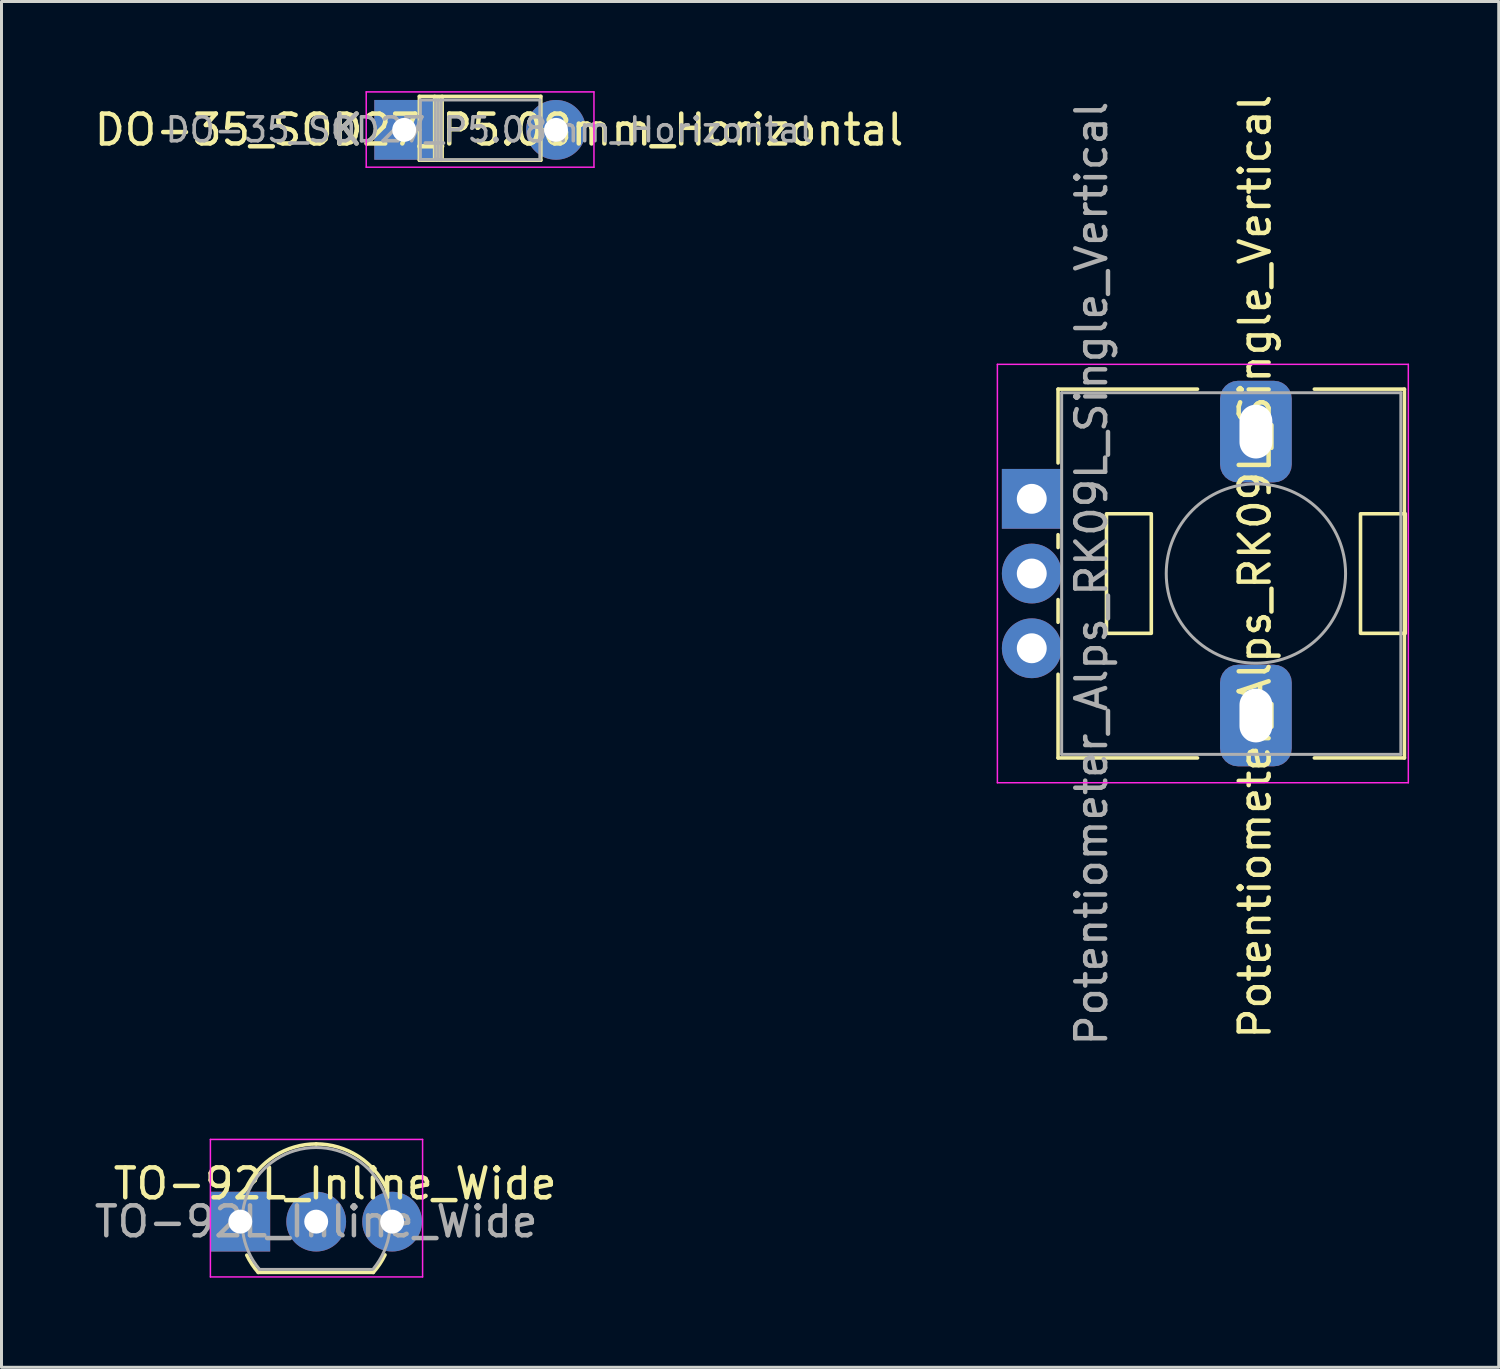
<source format=kicad_pcb>
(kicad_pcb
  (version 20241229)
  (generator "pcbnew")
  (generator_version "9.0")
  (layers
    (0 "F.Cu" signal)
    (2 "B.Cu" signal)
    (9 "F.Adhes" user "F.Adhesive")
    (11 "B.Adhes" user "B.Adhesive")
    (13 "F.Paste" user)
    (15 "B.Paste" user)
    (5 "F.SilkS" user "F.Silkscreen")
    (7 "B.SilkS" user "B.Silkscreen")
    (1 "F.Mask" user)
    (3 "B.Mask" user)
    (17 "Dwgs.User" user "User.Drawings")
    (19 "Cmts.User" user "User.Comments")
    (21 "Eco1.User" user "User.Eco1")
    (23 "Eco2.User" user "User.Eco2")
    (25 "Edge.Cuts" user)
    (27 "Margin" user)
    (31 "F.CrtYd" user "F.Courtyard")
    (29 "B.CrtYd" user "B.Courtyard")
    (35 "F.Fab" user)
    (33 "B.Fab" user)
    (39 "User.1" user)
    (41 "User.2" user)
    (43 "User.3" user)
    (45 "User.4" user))
  (footprint "TO-92L_Inline_Wide"
    (layer "F.Cu")
    (at 4.99 37.826)
    (property "Reference" "TO-92L_Inline_Wide" (at 3.175 -1.27 0) (layer "F.SilkS") (effects (font (size 1 1) (thickness 0.15))))
    (attr through_hole)
    (fp_line (start 0.6 1.7) (end 4.45 1.7) (stroke (width 0.12) (type solid)) (layer "F.SilkS"))
    (fp_arc (start 0.1836 -1.098807) (mid 1.143021 -2.192817) (end 2.54 -2.6) (stroke (width 0.12) (type solid)) (layer "F.SilkS"))
    (fp_arc (start 0.6 1.7) (mid 0.389183 1.423933) (end 0.217369 1.122045) (stroke (width 0.12) (type solid)) (layer "F.SilkS"))
    (fp_arc (start 2.54 -2.6) (mid 3.936979 -2.192818) (end 4.8964 -1.098807) (stroke (width 0.12) (type solid)) (layer "F.SilkS"))
    (fp_arc (start 4.842383 1.112264) (mid 4.666594 1.419753) (end 4.45 1.7) (stroke (width 0.12) (type solid)) (layer "F.SilkS"))
    (fp_line (start -1 -2.75) (end -1 1.85) (stroke (width 0.05) (type solid)) (layer "F.CrtYd"))
    (fp_line (start -1 -2.75) (end 6.1 -2.75) (stroke (width 0.05) (type solid)) (layer "F.CrtYd"))
    (fp_line (start 6.1 1.85) (end -1 1.85) (stroke (width 0.05) (type solid)) (layer "F.CrtYd"))
    (fp_line (start 6.1 1.85) (end 6.1 -2.75) (stroke (width 0.05) (type solid)) (layer "F.CrtYd"))
    (fp_line (start 0.65 1.6) (end 4.4 1.6) (stroke (width 0.1) (type solid)) (layer "F.Fab"))
    (fp_arc (start 0.647182 1.602385) (mid 0.290076 -1.043188) (end 2.54 -2.48) (stroke (width 0.1) (type solid)) (layer "F.Fab"))
    (fp_arc (start 2.54 -2.48) (mid 4.787211 -1.049019) (end 4.441103 1.592547) (stroke (width 0.1) (type solid)) (layer "F.Fab"))
    (fp_text user "${REFERENCE}" (at 2.54 0 0) (layer "F.Fab") (effects (font (size 1 1) (thickness 0.15))))
    (pad "1" thru_hole rect (at 0 0) (size 2 2) (drill 0.8) (layers "*.Cu" "*.Mask"))
    (pad "2" thru_hole circle (at 2.54 0) (size 2 2) (drill 0.8) (layers "*.Cu" "*.Mask"))
    (pad "3" thru_hole circle (at 5.08 0) (size 2 2) (drill 0.8) (layers "*.Cu" "*.Mask")))
  (footprint "DO-35_SOD27_P5.08mm_Horizontal"
    (layer "F.Cu")
    (at 6.664 1.295)
    (property "Reference" "DO-35_SOD27_P5.08mm_Horizontal" (at 6.985 0 0) (layer "F.SilkS") (effects (font (size 1 1) (thickness 0.15))))
    (attr through_hole)
    (fp_line (start 3.81 0) (end 4.23 0) (stroke (width 0.12) (type solid)) (layer "F.SilkS"))
    (fp_line (start 4.318 -1.12) (end 4.318 1.016) (stroke (width 0.12) (type solid)) (layer "F.SilkS"))
    (fp_line (start 4.318 1.016) (end 8.382 1.016) (stroke (width 0.12) (type solid)) (layer "F.SilkS"))
    (fp_line (start 4.83 -1.12) (end 4.83 1.016) (stroke (width 0.12) (type solid)) (layer "F.SilkS"))
    (fp_line (start 4.953 -1.016) (end 4.953 0.889) (stroke (width 0.16) (type solid)) (layer "F.SilkS"))
    (fp_line (start 5.08 -1.12) (end 5.08 1.016) (stroke (width 0.12) (type solid)) (layer "F.SilkS"))
    (fp_line (start 8.382 -1.12) (end 4.318 -1.12) (stroke (width 0.12) (type solid)) (layer "F.SilkS"))
    (fp_line (start 8.382 1.016) (end 8.382 -1.12) (stroke (width 0.12) (type solid)) (layer "F.SilkS"))
    (fp_line (start 8.89 0) (end 8.382 0) (stroke (width 0.12) (type solid)) (layer "F.SilkS"))
    (fp_line (start 2.54 -1.27) (end 2.54 1.25) (stroke (width 0.05) (type solid)) (layer "F.CrtYd"))
    (fp_line (start 2.54 1.25) (end 10.16 1.25) (stroke (width 0.05) (type solid)) (layer "F.CrtYd"))
    (fp_line (start 10.16 -1.27) (end 2.54 -1.27) (stroke (width 0.05) (type solid)) (layer "F.CrtYd"))
    (fp_line (start 10.16 1.25) (end 10.16 -1.27) (stroke (width 0.05) (type solid)) (layer "F.CrtYd"))
    (fp_line (start 3.81 0) (end 4.35 0) (stroke (width 0.1) (type solid)) (layer "F.Fab"))
    (fp_line (start 4.35 -1) (end 4.35 1) (stroke (width 0.1) (type solid)) (layer "F.Fab"))
    (fp_line (start 4.35 1) (end 8.35 1) (stroke (width 0.1) (type solid)) (layer "F.Fab"))
    (fp_line (start 4.85 -1) (end 4.85 1) (stroke (width 0.1) (type solid)) (layer "F.Fab"))
    (fp_line (start 4.95 -1) (end 4.95 1) (stroke (width 0.1) (type solid)) (layer "F.Fab"))
    (fp_line (start 5.05 -1) (end 5.05 1) (stroke (width 0.1) (type solid)) (layer "F.Fab"))
    (fp_line (start 8.35 -1) (end 4.35 -1) (stroke (width 0.1) (type solid)) (layer "F.Fab"))
    (fp_line (start 8.35 1) (end 8.35 -1) (stroke (width 0.1) (type solid)) (layer "F.Fab"))
    (fp_line (start 8.89 0) (end 8.35 0) (stroke (width 0.1) (type solid)) (layer "F.Fab"))
    (fp_text user "K" (at 1.905 0 0) (layer "F.SilkS") (effects (font (size 1 1) (thickness 0.15))))
    (fp_text user "K" (at 1.905 0 0) (layer "F.Fab") (effects (font (size 1 1) (thickness 0.15))))
    (fp_text user "${REFERENCE}" (at 6.65 0 0) (layer "F.Fab") (effects (font (size 0.8 0.8) (thickness 0.12))))
    (pad "1" thru_hole rect (at 3.81 0) (size 2 2) (drill 0.8) (layers "*.Cu" "*.Mask"))
    (pad "2" thru_hole circle (at 8.89 0) (size 2 2) (drill 0.8) (layers "*.Cu" "*.Mask")))
  (footprint "Potentiometer_Alps_RK09L_Single_Vertical"
    (layer "F.Cu")
    (at 38.973 16.141)
    (property "Reference" "Potentiometer_Alps_RK09L_Single_Vertical" (at -0.03 -0.23 270) (layer "F.SilkS") (effects (font (size 1 1) (thickness 0.15))))
    (attr through_hole)
    (fp_line (start -6.62 -6.17) (end -6.62 -3.7) (stroke (width 0.12) (type solid)) (layer "F.SilkS"))
    (fp_line (start -6.62 -6.17) (end -1.954 -6.17) (stroke (width 0.12) (type solid)) (layer "F.SilkS"))
    (fp_line (start -6.62 -1.3) (end -6.62 -0.87) (stroke (width 0.12) (type solid)) (layer "F.SilkS"))
    (fp_line (start -6.62 0.871) (end -6.62 1.63) (stroke (width 0.12) (type solid)) (layer "F.SilkS"))
    (fp_line (start -6.62 3.37) (end -6.62 6.17) (stroke (width 0.12) (type solid)) (layer "F.SilkS"))
    (fp_line (start -6.62 6.17) (end -1.954 6.17) (stroke (width 0.12) (type solid)) (layer "F.SilkS"))
    (fp_line (start 1.955 -6.17) (end 4.97 -6.17) (stroke (width 0.12) (type solid)) (layer "F.SilkS"))
    (fp_line (start 1.955 6.17) (end 4.97 6.17) (stroke (width 0.12) (type solid)) (layer "F.SilkS"))
    (fp_line (start 4.97 -6.17) (end 4.97 6.17) (stroke (width 0.12) (type solid)) (layer "F.SilkS"))
    (fp_rect (start -5 -2) (end -3.5 2) (stroke (width 0.12) (type solid)) (fill no) (layer "F.SilkS"))
    (fp_rect (start 3.5 -2) (end 5 2) (stroke (width 0.12) (type solid)) (fill no) (layer "F.SilkS"))
    (fp_line (start -8.65 -7) (end -8.65 7) (stroke (width 0.05) (type solid)) (layer "F.CrtYd"))
    (fp_line (start -8.65 7) (end 5.1 7) (stroke (width 0.05) (type solid)) (layer "F.CrtYd"))
    (fp_line (start 5.1 -7) (end -8.65 -7) (stroke (width 0.05) (type solid)) (layer "F.CrtYd"))
    (fp_line (start 5.1 7) (end 5.1 -7) (stroke (width 0.05) (type solid)) (layer "F.CrtYd"))
    (fp_line (start -6.5 -6.05) (end -6.5 6.05) (stroke (width 0.1) (type solid)) (layer "F.Fab"))
    (fp_line (start -6.5 6.05) (end 4.85 6.05) (stroke (width 0.1) (type solid)) (layer "F.Fab"))
    (fp_line (start 4.85 -6.05) (end -6.5 -6.05) (stroke (width 0.1) (type solid)) (layer "F.Fab"))
    (fp_line (start 4.85 6.05) (end 4.85 -6.05) (stroke (width 0.1) (type solid)) (layer "F.Fab"))
    (fp_circle (center 0 0) (end 3 0) (stroke (width 0.1) (type solid)) (fill no) (layer "F.Fab"))
    (fp_text user "${REFERENCE}" (at -5.5 0 90) (layer "F.Fab") (effects (font (size 1 1) (thickness 0.15))))
    (pad "1" thru_hole rect (at -7.5 -2.5) (size 2 2) (drill 1) (layers "*.Cu" "*.Mask"))
    (pad "2" thru_hole circle (at -7.5 0) (size 2 2) (drill 1) (layers "*.Cu" "*.Mask"))
    (pad "3" thru_hole circle (at -7.5 2.5) (size 2 2) (drill 1) (layers "*.Cu" "*.Mask"))
    (pad "MP" thru_hole roundrect (at 0 -4.75) (size 2.4 3.4) (drill oval 1.1 1.8) (layers "*.Cu" "*.Mask") (roundrect_rratio 0.25))
    (pad "MP" thru_hole roundrect (at 0 4.75) (size 2.4 3.4) (drill oval 1.1 1.8) (layers "*.Cu" "*.Mask") (roundrect_rratio 0.25))
    (zone (net_name "") (layer "F.Cu") (name "Copper Keep Out") (hatch full 0.508) (connect_pads) (min_thickness 0.254) (filled_areas_thickness no) (keepout (tracks not_allowed) (vias not_allowed) (pads not_allowed) (copperpour not_allowed) (footprints not_allowed)) (placement (enabled no)) (fill) (polygon (pts (xy 35.473 18.141) (xy 33.973 18.141) (xy 33.973 14.141) (xy 35.473 14.141))))
    (zone (net_name "") (layer "F.Cu") (name "Copper Keep Out") (hatch full 0.508) (connect_pads) (min_thickness 0.254) (filled_areas_thickness no) (keepout (tracks not_allowed) (vias not_allowed) (pads not_allowed) (copperpour not_allowed) (footprints not_allowed)) (placement (enabled no)) (fill) (polygon (pts (xy 43.873 18.141) (xy 42.473 18.141) (xy 42.473 14.141) (xy 43.873 14.141)))))
  (gr_rect
    (start -3 -3)
    (end 47.098 42.701)
    (stroke (width 0.1) (type default))
    (fill no)
    (layer "Edge.Cuts")))
</source>
